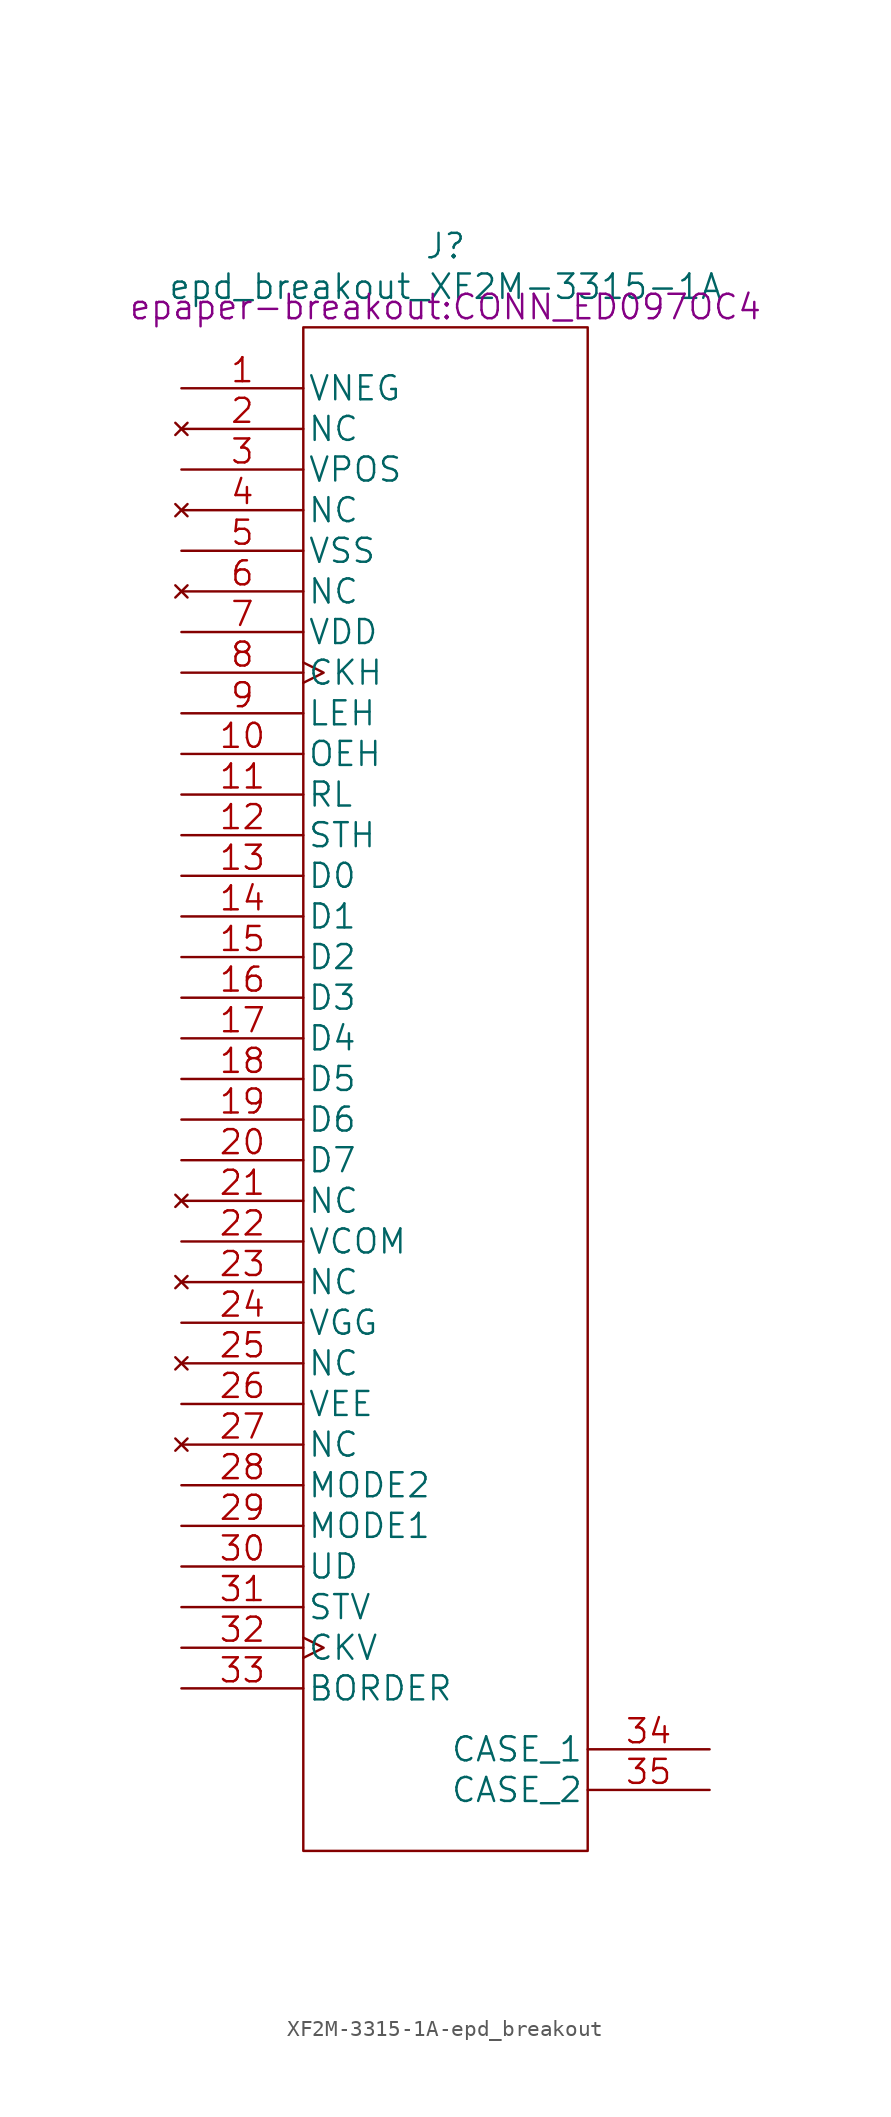
<source format=kicad_sym>
(kicad_symbol_lib
  (version 20220914)
  (generator kicad_symbol_editor)
  (symbol "XF2M-3315-1A-epd_breakout"
    (pin_names
      (offset 0.254))
    (property "Reference" "J"
      (at 16.51 13.97 0)
      (effects (font (size 1.524 1.524))))
    (property "Value" "epd_breakout_XF2M-3315-1A"
      (at 16.51 11.43 0)
      (effects (font (size 1.524 1.524))))
    (property "Footprint" "epaper-breakout:CONN_ED097OC4"
      (at 16.51 10.16 0)
      (effects (font (size 1.524 1.524))))
    (property "Datasheet" ""
      (at 0 0 0)
      (effects (font (size 1.524 1.524))))
    (symbol "XF2M-3315-1A-epd_breakout_0_1"
      (rectangle (start 25.4 -86.36) (end 7.62 8.89) (stroke (width 0) (type solid)) (fill (type none))))
    (symbol "XF2M-3315-1A-epd_breakout_1_0"
      (pin power_in line (at 0 5.08 0) (length 7.62) (name "VNEG" (effects (font (size 1.499 1.499)))) (number "1" (effects (font (size 1.499 1.499)))))
      (pin input line (at 0 -17.78 0) (length 7.62) (name "OEH" (effects (font (size 1.499 1.499)))) (number "10" (effects (font (size 1.499 1.499)))))
      (pin input line (at 0 -20.32 0) (length 7.62) (name "RL" (effects (font (size 1.499 1.499)))) (number "11" (effects (font (size 1.499 1.499)))))
      (pin input line (at 0 -22.86 0) (length 7.62) (name "STH" (effects (font (size 1.499 1.499)))) (number "12" (effects (font (size 1.499 1.499)))))
      (pin input line (at 0 -25.4 0) (length 7.62) (name "D0" (effects (font (size 1.499 1.499)))) (number "13" (effects (font (size 1.499 1.499)))))
      (pin input line (at 0 -27.94 0) (length 7.62) (name "D1" (effects (font (size 1.499 1.499)))) (number "14" (effects (font (size 1.499 1.499)))))
      (pin input line (at 0 -30.48 0) (length 7.62) (name "D2" (effects (font (size 1.499 1.499)))) (number "15" (effects (font (size 1.499 1.499)))))
      (pin input line (at 0 -33.02 0) (length 7.62) (name "D3" (effects (font (size 1.499 1.499)))) (number "16" (effects (font (size 1.499 1.499)))))
      (pin input line (at 0 -35.56 0) (length 7.62) (name "D4" (effects (font (size 1.499 1.499)))) (number "17" (effects (font (size 1.499 1.499)))))
      (pin input line (at 0 -38.1 0) (length 7.62) (name "D5" (effects (font (size 1.499 1.499)))) (number "18" (effects (font (size 1.499 1.499)))))
      (pin input line (at 0 -40.64 0) (length 7.62) (name "D6" (effects (font (size 1.499 1.499)))) (number "19" (effects (font (size 1.499 1.499)))))
      (pin no_connect line (at 0 2.54 0) (length 7.62) (name "NC" (effects (font (size 1.499 1.499)))) (number "2" (effects (font (size 1.499 1.499)))))
      (pin input line (at 0 -43.18 0) (length 7.62) (name "D7" (effects (font (size 1.499 1.499)))) (number "20" (effects (font (size 1.499 1.499)))))
      (pin no_connect line (at 0 -45.72 0) (length 7.62) (name "NC" (effects (font (size 1.499 1.499)))) (number "21" (effects (font (size 1.499 1.499)))))
      (pin power_in line (at 0 -48.26 0) (length 7.62) (name "VCOM" (effects (font (size 1.499 1.499)))) (number "22" (effects (font (size 1.499 1.499)))))
      (pin no_connect line (at 0 -50.8 0) (length 7.62) (name "NC" (effects (font (size 1.499 1.499)))) (number "23" (effects (font (size 1.499 1.499)))))
      (pin power_in line (at 0 -53.34 0) (length 7.62) (name "VGG" (effects (font (size 1.499 1.499)))) (number "24" (effects (font (size 1.499 1.499)))))
      (pin no_connect line (at 0 -55.88 0) (length 7.62) (name "NC" (effects (font (size 1.499 1.499)))) (number "25" (effects (font (size 1.499 1.499)))))
      (pin power_in line (at 0 -58.42 0) (length 7.62) (name "VEE" (effects (font (size 1.499 1.499)))) (number "26" (effects (font (size 1.499 1.499)))))
      (pin no_connect line (at 0 -60.96 0) (length 7.62) (name "NC" (effects (font (size 1.499 1.499)))) (number "27" (effects (font (size 1.499 1.499)))))
      (pin input line (at 0 -63.5 0) (length 7.62) (name "MODE2" (effects (font (size 1.499 1.499)))) (number "28" (effects (font (size 1.499 1.499)))))
      (pin input line (at 0 -66.04 0) (length 7.62) (name "MODE1" (effects (font (size 1.499 1.499)))) (number "29" (effects (font (size 1.499 1.499)))))
      (pin power_in line (at 0 0 0) (length 7.62) (name "VPOS" (effects (font (size 1.499 1.499)))) (number "3" (effects (font (size 1.499 1.499)))))
      (pin input line (at 0 -68.58 0) (length 7.62) (name "UD" (effects (font (size 1.499 1.499)))) (number "30" (effects (font (size 1.499 1.499)))))
      (pin input line (at 0 -71.12 0) (length 7.62) (name "STV" (effects (font (size 1.499 1.499)))) (number "31" (effects (font (size 1.499 1.499)))))
      (pin input clock (at 0 -73.66 0) (length 7.62) (name "CKV" (effects (font (size 1.499 1.499)))) (number "32" (effects (font (size 1.499 1.499)))))
      (pin input line (at 0 -76.2 0) (length 7.62) (name "BORDER" (effects (font (size 1.499 1.499)))) (number "33" (effects (font (size 1.499 1.499)))))
      (pin unspecified line (at 33.02 -80.01 180) (length 7.62) (name "CASE_1" (effects (font (size 1.499 1.499)))) (number "34" (effects (font (size 1.499 1.499)))))
      (pin unspecified line (at 33.02 -82.55 180) (length 7.62) (name "CASE_2" (effects (font (size 1.499 1.499)))) (number "35" (effects (font (size 1.499 1.499)))))
      (pin no_connect line (at 0 -2.54 0) (length 7.62) (name "NC" (effects (font (size 1.499 1.499)))) (number "4" (effects (font (size 1.499 1.499)))))
      (pin power_in line (at 0 -5.08 0) (length 7.62) (name "VSS" (effects (font (size 1.499 1.499)))) (number "5" (effects (font (size 1.499 1.499)))))
      (pin no_connect line (at 0 -7.62 0) (length 7.62) (name "NC" (effects (font (size 1.499 1.499)))) (number "6" (effects (font (size 1.499 1.499)))))
      (pin power_in line (at 0 -10.16 0) (length 7.62) (name "VDD" (effects (font (size 1.499 1.499)))) (number "7" (effects (font (size 1.499 1.499)))))
      (pin input clock (at 0 -12.7 0) (length 7.62) (name "CKH" (effects (font (size 1.499 1.499)))) (number "8" (effects (font (size 1.499 1.499)))))
      (pin input line (at 0 -15.24 0) (length 7.62) (name "LEH" (effects (font (size 1.499 1.499)))) (number "9" (effects (font (size 1.499 1.499))))))))
</source>
